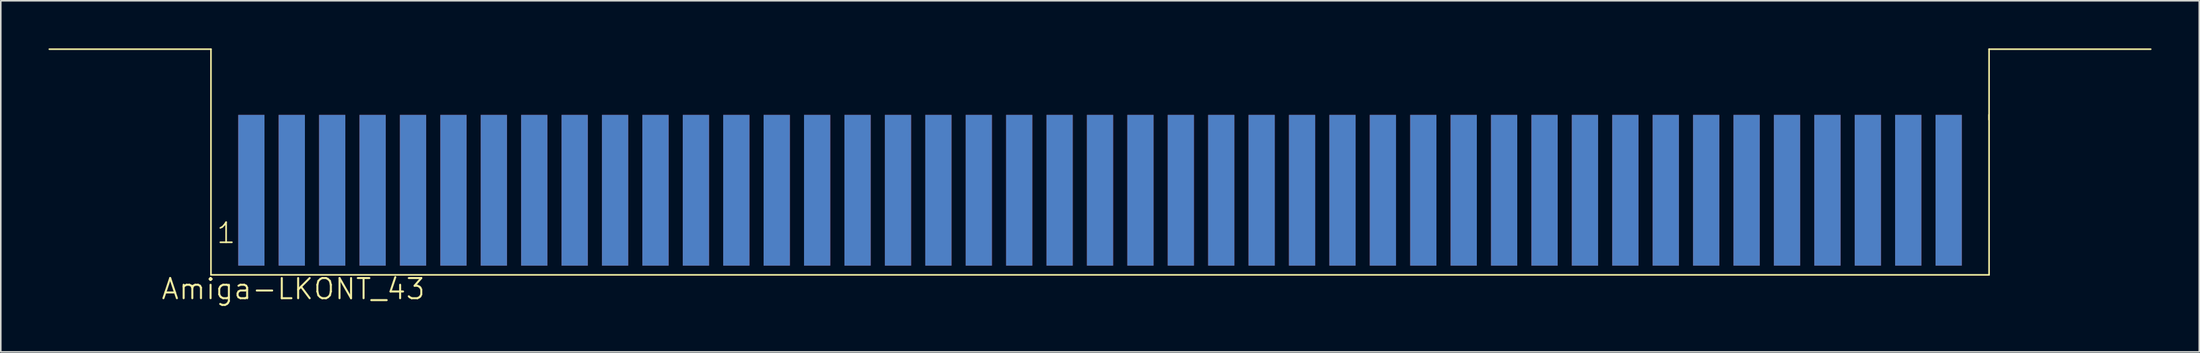
<source format=kicad_pcb>
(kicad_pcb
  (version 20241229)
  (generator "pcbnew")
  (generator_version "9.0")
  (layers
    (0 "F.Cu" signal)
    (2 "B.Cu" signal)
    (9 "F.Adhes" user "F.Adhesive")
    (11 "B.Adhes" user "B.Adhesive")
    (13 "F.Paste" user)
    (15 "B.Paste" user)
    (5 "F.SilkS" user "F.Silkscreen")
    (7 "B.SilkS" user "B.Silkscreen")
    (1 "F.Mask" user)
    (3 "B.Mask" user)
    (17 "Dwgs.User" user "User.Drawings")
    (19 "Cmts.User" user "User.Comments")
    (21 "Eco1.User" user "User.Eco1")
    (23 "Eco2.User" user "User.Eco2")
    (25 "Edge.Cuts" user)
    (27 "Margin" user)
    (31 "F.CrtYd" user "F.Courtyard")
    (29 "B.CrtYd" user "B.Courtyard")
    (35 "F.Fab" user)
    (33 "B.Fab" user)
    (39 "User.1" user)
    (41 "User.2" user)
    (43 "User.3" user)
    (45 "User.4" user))
  (footprint "Amiga-LKONT_43"
    (layer "F.Cu")
    (at 66.09 8.94)
    (property "Reference" "Amiga-LKONT_43" (at -50.703 6.223 0) (layer "F.SilkS") (effects (font (size 1.27 1.27) (thickness 0.127))))
    (attr smd)
    (fp_line (start -55.88 -8.89) (end -66.04 -8.89) (stroke (width 0.1) (type solid)) (layer "F.SilkS"))
    (fp_line (start -55.88 -8.89) (end -55.88 5.334) (stroke (width 0.1) (type solid)) (layer "F.SilkS"))
    (fp_line (start -55.88 5.334) (end 55.88 5.334) (stroke (width 0.1) (type solid)) (layer "F.SilkS"))
    (fp_line (start 55.88 -8.89) (end 66.04 -8.89) (stroke (width 0.1) (type solid)) (layer "F.SilkS"))
    (fp_line (start 55.88 -4.445) (end 55.88 -8.89) (stroke (width 0.1) (type solid)) (layer "F.SilkS"))
    (fp_line (start 55.88 5.334) (end 55.88 -4.763) (stroke (width 0.1) (type solid)) (layer "F.SilkS"))
    (fp_text user "1" (at -54.928 2.697 0) (layer "F.SilkS") (effects (font (size 1.27 1.27) (thickness 0.102))))
    (pad "1" smd rect (at -53.34 0) (size 1.648 9.5) (layers "F.Cu" "F.Mask" "F.Paste"))
    (pad "2" smd rect (at -53.34 0) (size 1.648 9.5) (layers "B.Cu" "B.Mask"))
    (pad "3" smd rect (at -50.8 0) (size 1.648 9.5) (layers "F.Cu" "F.Mask" "F.Paste"))
    (pad "4" smd rect (at -50.8 0) (size 1.648 9.5) (layers "B.Cu" "B.Mask"))
    (pad "5" smd rect (at -48.26 0) (size 1.648 9.5) (layers "F.Cu" "F.Mask" "F.Paste"))
    (pad "6" smd rect (at -48.26 0) (size 1.648 9.5) (layers "B.Cu" "B.Mask"))
    (pad "7" smd rect (at -45.72 0) (size 1.648 9.5) (layers "F.Cu" "F.Mask" "F.Paste"))
    (pad "8" smd rect (at -45.72 0) (size 1.648 9.5) (layers "B.Cu" "B.Mask"))
    (pad "9" smd rect (at -43.18 0) (size 1.648 9.5) (layers "F.Cu" "F.Mask" "F.Paste"))
    (pad "10" smd rect (at -43.18 0) (size 1.648 9.5) (layers "B.Cu" "B.Mask"))
    (pad "11" smd rect (at -40.64 0) (size 1.648 9.5) (layers "F.Cu" "F.Mask" "F.Paste"))
    (pad "12" smd rect (at -40.64 0) (size 1.648 9.5) (layers "B.Cu" "B.Mask"))
    (pad "13" smd rect (at -38.1 0) (size 1.648 9.5) (layers "F.Cu" "F.Mask" "F.Paste"))
    (pad "14" smd rect (at -38.1 0) (size 1.648 9.5) (layers "B.Cu" "B.Mask"))
    (pad "15" smd rect (at -35.56 0) (size 1.648 9.5) (layers "F.Cu" "F.Mask" "F.Paste"))
    (pad "16" smd rect (at -35.56 0) (size 1.648 9.5) (layers "B.Cu" "B.Mask"))
    (pad "17" smd rect (at -33.02 0) (size 1.648 9.5) (layers "F.Cu" "F.Mask" "F.Paste"))
    (pad "18" smd rect (at -33.02 0) (size 1.648 9.5) (layers "B.Cu" "B.Mask"))
    (pad "19" smd rect (at -30.48 0) (size 1.648 9.5) (layers "F.Cu" "F.Mask" "F.Paste"))
    (pad "20" smd rect (at -30.48 0) (size 1.648 9.5) (layers "B.Cu" "B.Mask"))
    (pad "21" smd rect (at -27.94 0) (size 1.648 9.5) (layers "F.Cu" "F.Mask" "F.Paste"))
    (pad "22" smd rect (at -27.94 0) (size 1.648 9.5) (layers "B.Cu" "B.Mask"))
    (pad "23" smd rect (at -25.4 0) (size 1.648 9.5) (layers "F.Cu" "F.Mask" "F.Paste"))
    (pad "24" smd rect (at -25.4 0) (size 1.648 9.5) (layers "B.Cu" "B.Mask"))
    (pad "25" smd rect (at -22.86 0) (size 1.648 9.5) (layers "F.Cu" "F.Mask" "F.Paste"))
    (pad "26" smd rect (at -22.86 0) (size 1.648 9.5) (layers "B.Cu" "B.Mask"))
    (pad "27" smd rect (at -20.32 0) (size 1.648 9.5) (layers "F.Cu" "F.Mask" "F.Paste"))
    (pad "28" smd rect (at -20.32 0) (size 1.648 9.5) (layers "B.Cu" "B.Mask"))
    (pad "29" smd rect (at -17.78 0) (size 1.648 9.5) (layers "F.Cu" "F.Mask" "F.Paste"))
    (pad "30" smd rect (at -17.78 0) (size 1.648 9.5) (layers "B.Cu" "B.Mask"))
    (pad "31" smd rect (at -15.24 0) (size 1.648 9.5) (layers "F.Cu" "F.Mask" "F.Paste"))
    (pad "32" smd rect (at -15.24 0) (size 1.648 9.5) (layers "B.Cu" "B.Mask"))
    (pad "33" smd rect (at -12.7 0) (size 1.648 9.5) (layers "F.Cu" "F.Mask" "F.Paste"))
    (pad "34" smd rect (at -12.7 0) (size 1.648 9.5) (layers "B.Cu" "B.Mask"))
    (pad "35" smd rect (at -10.16 0) (size 1.648 9.5) (layers "F.Cu" "F.Mask" "F.Paste"))
    (pad "36" smd rect (at -10.16 0) (size 1.648 9.5) (layers "B.Cu" "B.Mask"))
    (pad "37" smd rect (at -7.62 0) (size 1.648 9.5) (layers "F.Cu" "F.Mask" "F.Paste"))
    (pad "38" smd rect (at -7.62 0) (size 1.648 9.5) (layers "B.Cu" "B.Mask"))
    (pad "39" smd rect (at -5.08 0) (size 1.648 9.5) (layers "F.Cu" "F.Mask" "F.Paste"))
    (pad "40" smd rect (at -5.08 0) (size 1.648 9.5) (layers "B.Cu" "B.Mask"))
    (pad "41" smd rect (at -2.54 0) (size 1.648 9.5) (layers "F.Cu" "F.Mask" "F.Paste"))
    (pad "42" smd rect (at -2.54 0) (size 1.648 9.5) (layers "B.Cu" "B.Mask"))
    (pad "43" smd rect (at 0 0) (size 1.648 9.5) (layers "F.Cu" "F.Mask" "F.Paste"))
    (pad "44" smd rect (at 0 0) (size 1.648 9.5) (layers "B.Cu" "B.Mask"))
    (pad "45" smd rect (at 2.54 0) (size 1.648 9.5) (layers "F.Cu" "F.Mask" "F.Paste"))
    (pad "46" smd rect (at 2.54 0) (size 1.648 9.5) (layers "B.Cu" "B.Mask"))
    (pad "47" smd rect (at 5.08 0) (size 1.648 9.5) (layers "F.Cu" "F.Mask" "F.Paste"))
    (pad "48" smd rect (at 5.08 0) (size 1.648 9.5) (layers "B.Cu" "B.Mask"))
    (pad "49" smd rect (at 7.62 0) (size 1.648 9.5) (layers "F.Cu" "F.Mask" "F.Paste"))
    (pad "50" smd rect (at 7.62 0) (size 1.648 9.5) (layers "B.Cu" "B.Mask"))
    (pad "51" smd rect (at 10.16 0) (size 1.648 9.5) (layers "F.Cu" "F.Mask" "F.Paste"))
    (pad "52" smd rect (at 10.16 0) (size 1.648 9.5) (layers "B.Cu" "B.Mask"))
    (pad "53" smd rect (at 12.7 0) (size 1.648 9.5) (layers "F.Cu" "F.Mask" "F.Paste"))
    (pad "54" smd rect (at 12.7 0) (size 1.648 9.5) (layers "B.Cu" "B.Mask"))
    (pad "55" smd rect (at 15.24 0) (size 1.648 9.5) (layers "F.Cu" "F.Mask" "F.Paste"))
    (pad "56" smd rect (at 15.24 0) (size 1.648 9.5) (layers "B.Cu" "B.Mask"))
    (pad "57" smd rect (at 17.78 0) (size 1.648 9.5) (layers "F.Cu" "F.Mask" "F.Paste"))
    (pad "58" smd rect (at 17.78 0) (size 1.648 9.5) (layers "B.Cu" "B.Mask"))
    (pad "59" smd rect (at 20.32 0) (size 1.648 9.5) (layers "F.Cu" "F.Mask" "F.Paste"))
    (pad "60" smd rect (at 20.32 0) (size 1.648 9.5) (layers "B.Cu" "B.Mask"))
    (pad "61" smd rect (at 22.86 0) (size 1.648 9.5) (layers "F.Cu" "F.Mask" "F.Paste"))
    (pad "62" smd rect (at 22.86 0) (size 1.648 9.5) (layers "B.Cu" "B.Mask"))
    (pad "63" smd rect (at 25.4 0) (size 1.648 9.5) (layers "F.Cu" "F.Mask" "F.Paste"))
    (pad "64" smd rect (at 25.4 0) (size 1.648 9.5) (layers "B.Cu" "B.Mask"))
    (pad "65" smd rect (at 27.94 0) (size 1.648 9.5) (layers "F.Cu" "F.Mask" "F.Paste"))
    (pad "66" smd rect (at 27.94 0) (size 1.648 9.5) (layers "B.Cu" "B.Mask"))
    (pad "67" smd rect (at 30.48 0) (size 1.648 9.5) (layers "F.Cu" "F.Mask" "F.Paste"))
    (pad "68" smd rect (at 30.48 0) (size 1.648 9.5) (layers "B.Cu" "B.Mask"))
    (pad "69" smd rect (at 33.02 0) (size 1.648 9.5) (layers "F.Cu" "F.Mask" "F.Paste"))
    (pad "70" smd rect (at 33.02 0) (size 1.648 9.5) (layers "B.Cu" "B.Mask"))
    (pad "71" smd rect (at 35.56 0) (size 1.648 9.5) (layers "F.Cu" "F.Mask" "F.Paste"))
    (pad "72" smd rect (at 35.56 0) (size 1.648 9.5) (layers "B.Cu" "B.Mask"))
    (pad "73" smd rect (at 38.1 0) (size 1.648 9.5) (layers "F.Cu" "F.Mask" "F.Paste"))
    (pad "74" smd rect (at 38.1 0) (size 1.648 9.5) (layers "B.Cu" "B.Mask"))
    (pad "75" smd rect (at 40.64 0) (size 1.648 9.5) (layers "F.Cu" "F.Mask" "F.Paste"))
    (pad "76" smd rect (at 40.64 0) (size 1.648 9.5) (layers "B.Cu" "B.Mask"))
    (pad "77" smd rect (at 43.18 0) (size 1.648 9.5) (layers "F.Cu" "F.Mask" "F.Paste"))
    (pad "78" smd rect (at 43.18 0) (size 1.648 9.5) (layers "B.Cu" "B.Mask"))
    (pad "79" smd rect (at 45.72 0) (size 1.648 9.5) (layers "F.Cu" "F.Mask" "F.Paste"))
    (pad "80" smd rect (at 45.72 0) (size 1.648 9.5) (layers "B.Cu" "B.Mask"))
    (pad "81" smd rect (at 48.26 0) (size 1.648 9.5) (layers "F.Cu" "F.Mask" "F.Paste"))
    (pad "82" smd rect (at 48.26 0) (size 1.648 9.5) (layers "B.Cu" "B.Mask"))
    (pad "83" smd rect (at 50.8 0) (size 1.648 9.5) (layers "F.Cu" "F.Mask" "F.Paste"))
    (pad "84" smd rect (at 50.8 0) (size 1.648 9.5) (layers "B.Cu" "B.Mask"))
    (pad "85" smd rect (at 53.34 0) (size 1.648 9.5) (layers "F.Cu" "F.Mask" "F.Paste"))
    (pad "86" smd rect (at 53.34 0) (size 1.648 9.5) (layers "B.Cu" "B.Mask")))
  (gr_rect
    (start -3 -3)
    (end 135.18 19.129)
    (stroke (width 0.1) (type default))
    (fill no)
    (layer "Edge.Cuts")))
</source>
